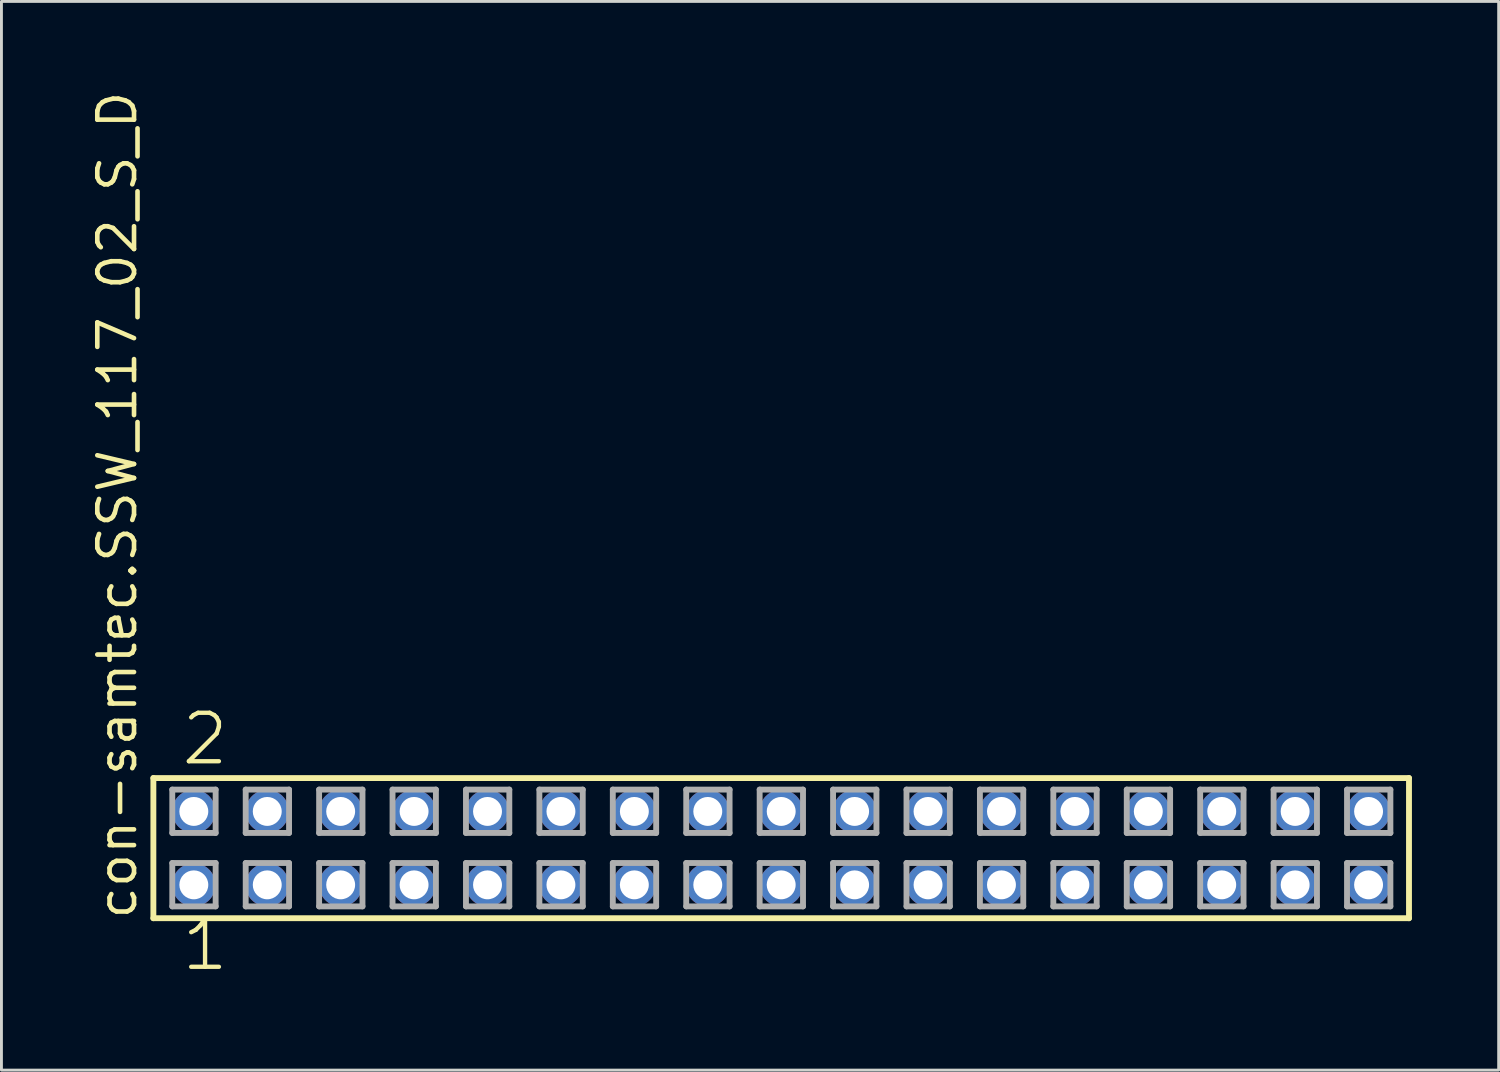
<source format=kicad_pcb>
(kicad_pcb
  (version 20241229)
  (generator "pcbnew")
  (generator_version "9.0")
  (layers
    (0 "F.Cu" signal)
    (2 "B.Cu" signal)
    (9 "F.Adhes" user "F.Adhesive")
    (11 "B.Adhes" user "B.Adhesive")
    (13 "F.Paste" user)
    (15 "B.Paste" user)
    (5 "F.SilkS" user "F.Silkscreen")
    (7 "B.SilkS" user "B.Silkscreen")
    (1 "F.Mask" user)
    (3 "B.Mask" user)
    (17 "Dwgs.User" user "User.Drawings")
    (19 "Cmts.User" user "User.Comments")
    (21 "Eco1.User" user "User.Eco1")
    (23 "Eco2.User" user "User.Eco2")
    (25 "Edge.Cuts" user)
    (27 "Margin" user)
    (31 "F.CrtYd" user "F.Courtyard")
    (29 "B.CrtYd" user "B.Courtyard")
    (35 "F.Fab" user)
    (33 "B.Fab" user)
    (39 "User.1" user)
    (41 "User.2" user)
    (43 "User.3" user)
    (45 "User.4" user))
  (footprint "con-samtec.SSW_117_02_S_D"
    (layer "F.Cu")
    (at 23.975 26.291)
    (property "Reference" "con-samtec.SSW_117_02_S_D" (at -22.225 2.54 90) (layer "F.SilkS") (effects (font (size 1.27 1.27) (thickness 0.16)) (justify left bottom)))
    (attr through_hole)
    (fp_line (start -21.719 -2.425) (end 21.719 -2.425) (stroke (width 0.203) (type default)) (layer "F.SilkS"))
    (fp_line (start -21.719 2.425) (end -21.719 -2.425) (stroke (width 0.203) (type default)) (layer "F.SilkS"))
    (fp_line (start 21.719 -2.425) (end 21.719 2.425) (stroke (width 0.203) (type default)) (layer "F.SilkS"))
    (fp_line (start 21.719 2.425) (end -21.719 2.425) (stroke (width 0.203) (type default)) (layer "F.SilkS"))
    (fp_line (start -21.065 -2.025) (end -19.565 -2.025) (stroke (width 0.203) (type default)) (layer "F.Fab"))
    (fp_line (start -21.065 -0.525) (end -21.065 -2.025) (stroke (width 0.203) (type default)) (layer "F.Fab"))
    (fp_line (start -21.065 0.515) (end -19.565 0.515) (stroke (width 0.203) (type default)) (layer "F.Fab"))
    (fp_line (start -21.065 2.015) (end -21.065 0.515) (stroke (width 0.203) (type default)) (layer "F.Fab"))
    (fp_line (start -19.565 -2.025) (end -19.565 -0.525) (stroke (width 0.203) (type default)) (layer "F.Fab"))
    (fp_line (start -19.565 -0.525) (end -21.065 -0.525) (stroke (width 0.203) (type default)) (layer "F.Fab"))
    (fp_line (start -19.565 0.515) (end -19.565 2.015) (stroke (width 0.203) (type default)) (layer "F.Fab"))
    (fp_line (start -19.565 2.015) (end -21.065 2.015) (stroke (width 0.203) (type default)) (layer "F.Fab"))
    (fp_line (start -18.525 -2.025) (end -17.025 -2.025) (stroke (width 0.203) (type default)) (layer "F.Fab"))
    (fp_line (start -18.525 -0.525) (end -18.525 -2.025) (stroke (width 0.203) (type default)) (layer "F.Fab"))
    (fp_line (start -18.525 0.515) (end -17.025 0.515) (stroke (width 0.203) (type default)) (layer "F.Fab"))
    (fp_line (start -18.525 2.015) (end -18.525 0.515) (stroke (width 0.203) (type default)) (layer "F.Fab"))
    (fp_line (start -17.025 -2.025) (end -17.025 -0.525) (stroke (width 0.203) (type default)) (layer "F.Fab"))
    (fp_line (start -17.025 -0.525) (end -18.525 -0.525) (stroke (width 0.203) (type default)) (layer "F.Fab"))
    (fp_line (start -17.025 0.515) (end -17.025 2.015) (stroke (width 0.203) (type default)) (layer "F.Fab"))
    (fp_line (start -17.025 2.015) (end -18.525 2.015) (stroke (width 0.203) (type default)) (layer "F.Fab"))
    (fp_line (start -15.985 -2.025) (end -14.485 -2.025) (stroke (width 0.203) (type default)) (layer "F.Fab"))
    (fp_line (start -15.985 -0.525) (end -15.985 -2.025) (stroke (width 0.203) (type default)) (layer "F.Fab"))
    (fp_line (start -15.985 0.515) (end -14.485 0.515) (stroke (width 0.203) (type default)) (layer "F.Fab"))
    (fp_line (start -15.985 2.015) (end -15.985 0.515) (stroke (width 0.203) (type default)) (layer "F.Fab"))
    (fp_line (start -14.485 -2.025) (end -14.485 -0.525) (stroke (width 0.203) (type default)) (layer "F.Fab"))
    (fp_line (start -14.485 -0.525) (end -15.985 -0.525) (stroke (width 0.203) (type default)) (layer "F.Fab"))
    (fp_line (start -14.485 0.515) (end -14.485 2.015) (stroke (width 0.203) (type default)) (layer "F.Fab"))
    (fp_line (start -14.485 2.015) (end -15.985 2.015) (stroke (width 0.203) (type default)) (layer "F.Fab"))
    (fp_line (start -13.445 -2.025) (end -11.945 -2.025) (stroke (width 0.203) (type default)) (layer "F.Fab"))
    (fp_line (start -13.445 -0.525) (end -13.445 -2.025) (stroke (width 0.203) (type default)) (layer "F.Fab"))
    (fp_line (start -13.445 0.515) (end -11.945 0.515) (stroke (width 0.203) (type default)) (layer "F.Fab"))
    (fp_line (start -13.445 2.015) (end -13.445 0.515) (stroke (width 0.203) (type default)) (layer "F.Fab"))
    (fp_line (start -11.945 -2.025) (end -11.945 -0.525) (stroke (width 0.203) (type default)) (layer "F.Fab"))
    (fp_line (start -11.945 -0.525) (end -13.445 -0.525) (stroke (width 0.203) (type default)) (layer "F.Fab"))
    (fp_line (start -11.945 0.515) (end -11.945 2.015) (stroke (width 0.203) (type default)) (layer "F.Fab"))
    (fp_line (start -11.945 2.015) (end -13.445 2.015) (stroke (width 0.203) (type default)) (layer "F.Fab"))
    (fp_line (start -10.905 -2.025) (end -9.405 -2.025) (stroke (width 0.203) (type default)) (layer "F.Fab"))
    (fp_line (start -10.905 -0.525) (end -10.905 -2.025) (stroke (width 0.203) (type default)) (layer "F.Fab"))
    (fp_line (start -10.905 0.515) (end -9.405 0.515) (stroke (width 0.203) (type default)) (layer "F.Fab"))
    (fp_line (start -10.905 2.015) (end -10.905 0.515) (stroke (width 0.203) (type default)) (layer "F.Fab"))
    (fp_line (start -9.405 -2.025) (end -9.405 -0.525) (stroke (width 0.203) (type default)) (layer "F.Fab"))
    (fp_line (start -9.405 -0.525) (end -10.905 -0.525) (stroke (width 0.203) (type default)) (layer "F.Fab"))
    (fp_line (start -9.405 0.515) (end -9.405 2.015) (stroke (width 0.203) (type default)) (layer "F.Fab"))
    (fp_line (start -9.405 2.015) (end -10.905 2.015) (stroke (width 0.203) (type default)) (layer "F.Fab"))
    (fp_line (start -8.365 -2.025) (end -6.865 -2.025) (stroke (width 0.203) (type default)) (layer "F.Fab"))
    (fp_line (start -8.365 -0.525) (end -8.365 -2.025) (stroke (width 0.203) (type default)) (layer "F.Fab"))
    (fp_line (start -8.365 0.515) (end -6.865 0.515) (stroke (width 0.203) (type default)) (layer "F.Fab"))
    (fp_line (start -8.365 2.015) (end -8.365 0.515) (stroke (width 0.203) (type default)) (layer "F.Fab"))
    (fp_line (start -6.865 -2.025) (end -6.865 -0.525) (stroke (width 0.203) (type default)) (layer "F.Fab"))
    (fp_line (start -6.865 -0.525) (end -8.365 -0.525) (stroke (width 0.203) (type default)) (layer "F.Fab"))
    (fp_line (start -6.865 0.515) (end -6.865 2.015) (stroke (width 0.203) (type default)) (layer "F.Fab"))
    (fp_line (start -6.865 2.015) (end -8.365 2.015) (stroke (width 0.203) (type default)) (layer "F.Fab"))
    (fp_line (start -5.825 -2.025) (end -4.325 -2.025) (stroke (width 0.203) (type default)) (layer "F.Fab"))
    (fp_line (start -5.825 -0.525) (end -5.825 -2.025) (stroke (width 0.203) (type default)) (layer "F.Fab"))
    (fp_line (start -5.825 0.515) (end -4.325 0.515) (stroke (width 0.203) (type default)) (layer "F.Fab"))
    (fp_line (start -5.825 2.015) (end -5.825 0.515) (stroke (width 0.203) (type default)) (layer "F.Fab"))
    (fp_line (start -4.325 -2.025) (end -4.325 -0.525) (stroke (width 0.203) (type default)) (layer "F.Fab"))
    (fp_line (start -4.325 -0.525) (end -5.825 -0.525) (stroke (width 0.203) (type default)) (layer "F.Fab"))
    (fp_line (start -4.325 0.515) (end -4.325 2.015) (stroke (width 0.203) (type default)) (layer "F.Fab"))
    (fp_line (start -4.325 2.015) (end -5.825 2.015) (stroke (width 0.203) (type default)) (layer "F.Fab"))
    (fp_line (start -3.285 -2.025) (end -1.785 -2.025) (stroke (width 0.203) (type default)) (layer "F.Fab"))
    (fp_line (start -3.285 -0.525) (end -3.285 -2.025) (stroke (width 0.203) (type default)) (layer "F.Fab"))
    (fp_line (start -3.285 0.515) (end -1.785 0.515) (stroke (width 0.203) (type default)) (layer "F.Fab"))
    (fp_line (start -3.285 2.015) (end -3.285 0.515) (stroke (width 0.203) (type default)) (layer "F.Fab"))
    (fp_line (start -1.785 -2.025) (end -1.785 -0.525) (stroke (width 0.203) (type default)) (layer "F.Fab"))
    (fp_line (start -1.785 -0.525) (end -3.285 -0.525) (stroke (width 0.203) (type default)) (layer "F.Fab"))
    (fp_line (start -1.785 0.515) (end -1.785 2.015) (stroke (width 0.203) (type default)) (layer "F.Fab"))
    (fp_line (start -1.785 2.015) (end -3.285 2.015) (stroke (width 0.203) (type default)) (layer "F.Fab"))
    (fp_line (start -0.745 -2.025) (end 0.755 -2.025) (stroke (width 0.203) (type default)) (layer "F.Fab"))
    (fp_line (start -0.745 -0.525) (end -0.745 -2.025) (stroke (width 0.203) (type default)) (layer "F.Fab"))
    (fp_line (start -0.745 0.515) (end 0.755 0.515) (stroke (width 0.203) (type default)) (layer "F.Fab"))
    (fp_line (start -0.745 2.015) (end -0.745 0.515) (stroke (width 0.203) (type default)) (layer "F.Fab"))
    (fp_line (start 0.755 -2.025) (end 0.755 -0.525) (stroke (width 0.203) (type default)) (layer "F.Fab"))
    (fp_line (start 0.755 -0.525) (end -0.745 -0.525) (stroke (width 0.203) (type default)) (layer "F.Fab"))
    (fp_line (start 0.755 0.515) (end 0.755 2.015) (stroke (width 0.203) (type default)) (layer "F.Fab"))
    (fp_line (start 0.755 2.015) (end -0.745 2.015) (stroke (width 0.203) (type default)) (layer "F.Fab"))
    (fp_line (start 1.795 -2.025) (end 3.295 -2.025) (stroke (width 0.203) (type default)) (layer "F.Fab"))
    (fp_line (start 1.795 -0.525) (end 1.795 -2.025) (stroke (width 0.203) (type default)) (layer "F.Fab"))
    (fp_line (start 1.795 0.515) (end 3.295 0.515) (stroke (width 0.203) (type default)) (layer "F.Fab"))
    (fp_line (start 1.795 2.015) (end 1.795 0.515) (stroke (width 0.203) (type default)) (layer "F.Fab"))
    (fp_line (start 3.295 -2.025) (end 3.295 -0.525) (stroke (width 0.203) (type default)) (layer "F.Fab"))
    (fp_line (start 3.295 -0.525) (end 1.795 -0.525) (stroke (width 0.203) (type default)) (layer "F.Fab"))
    (fp_line (start 3.295 0.515) (end 3.295 2.015) (stroke (width 0.203) (type default)) (layer "F.Fab"))
    (fp_line (start 3.295 2.015) (end 1.795 2.015) (stroke (width 0.203) (type default)) (layer "F.Fab"))
    (fp_line (start 4.335 -2.025) (end 5.835 -2.025) (stroke (width 0.203) (type default)) (layer "F.Fab"))
    (fp_line (start 4.335 -0.525) (end 4.335 -2.025) (stroke (width 0.203) (type default)) (layer "F.Fab"))
    (fp_line (start 4.335 0.515) (end 5.835 0.515) (stroke (width 0.203) (type default)) (layer "F.Fab"))
    (fp_line (start 4.335 2.015) (end 4.335 0.515) (stroke (width 0.203) (type default)) (layer "F.Fab"))
    (fp_line (start 5.835 -2.025) (end 5.835 -0.525) (stroke (width 0.203) (type default)) (layer "F.Fab"))
    (fp_line (start 5.835 -0.525) (end 4.335 -0.525) (stroke (width 0.203) (type default)) (layer "F.Fab"))
    (fp_line (start 5.835 0.515) (end 5.835 2.015) (stroke (width 0.203) (type default)) (layer "F.Fab"))
    (fp_line (start 5.835 2.015) (end 4.335 2.015) (stroke (width 0.203) (type default)) (layer "F.Fab"))
    (fp_line (start 6.875 -2.025) (end 8.375 -2.025) (stroke (width 0.203) (type default)) (layer "F.Fab"))
    (fp_line (start 6.875 -0.525) (end 6.875 -2.025) (stroke (width 0.203) (type default)) (layer "F.Fab"))
    (fp_line (start 6.875 0.515) (end 8.375 0.515) (stroke (width 0.203) (type default)) (layer "F.Fab"))
    (fp_line (start 6.875 2.015) (end 6.875 0.515) (stroke (width 0.203) (type default)) (layer "F.Fab"))
    (fp_line (start 8.375 -2.025) (end 8.375 -0.525) (stroke (width 0.203) (type default)) (layer "F.Fab"))
    (fp_line (start 8.375 -0.525) (end 6.875 -0.525) (stroke (width 0.203) (type default)) (layer "F.Fab"))
    (fp_line (start 8.375 0.515) (end 8.375 2.015) (stroke (width 0.203) (type default)) (layer "F.Fab"))
    (fp_line (start 8.375 2.015) (end 6.875 2.015) (stroke (width 0.203) (type default)) (layer "F.Fab"))
    (fp_line (start 9.415 -2.025) (end 10.915 -2.025) (stroke (width 0.203) (type default)) (layer "F.Fab"))
    (fp_line (start 9.415 -0.525) (end 9.415 -2.025) (stroke (width 0.203) (type default)) (layer "F.Fab"))
    (fp_line (start 9.415 0.515) (end 10.915 0.515) (stroke (width 0.203) (type default)) (layer "F.Fab"))
    (fp_line (start 9.415 2.015) (end 9.415 0.515) (stroke (width 0.203) (type default)) (layer "F.Fab"))
    (fp_line (start 10.915 -2.025) (end 10.915 -0.525) (stroke (width 0.203) (type default)) (layer "F.Fab"))
    (fp_line (start 10.915 -0.525) (end 9.415 -0.525) (stroke (width 0.203) (type default)) (layer "F.Fab"))
    (fp_line (start 10.915 0.515) (end 10.915 2.015) (stroke (width 0.203) (type default)) (layer "F.Fab"))
    (fp_line (start 10.915 2.015) (end 9.415 2.015) (stroke (width 0.203) (type default)) (layer "F.Fab"))
    (fp_line (start 11.955 -2.025) (end 13.455 -2.025) (stroke (width 0.203) (type default)) (layer "F.Fab"))
    (fp_line (start 11.955 -0.525) (end 11.955 -2.025) (stroke (width 0.203) (type default)) (layer "F.Fab"))
    (fp_line (start 11.955 0.515) (end 13.455 0.515) (stroke (width 0.203) (type default)) (layer "F.Fab"))
    (fp_line (start 11.955 2.015) (end 11.955 0.515) (stroke (width 0.203) (type default)) (layer "F.Fab"))
    (fp_line (start 13.455 -2.025) (end 13.455 -0.525) (stroke (width 0.203) (type default)) (layer "F.Fab"))
    (fp_line (start 13.455 -0.525) (end 11.955 -0.525) (stroke (width 0.203) (type default)) (layer "F.Fab"))
    (fp_line (start 13.455 0.515) (end 13.455 2.015) (stroke (width 0.203) (type default)) (layer "F.Fab"))
    (fp_line (start 13.455 2.015) (end 11.955 2.015) (stroke (width 0.203) (type default)) (layer "F.Fab"))
    (fp_line (start 14.495 -2.025) (end 15.995 -2.025) (stroke (width 0.203) (type default)) (layer "F.Fab"))
    (fp_line (start 14.495 -0.525) (end 14.495 -2.025) (stroke (width 0.203) (type default)) (layer "F.Fab"))
    (fp_line (start 14.495 0.515) (end 15.995 0.515) (stroke (width 0.203) (type default)) (layer "F.Fab"))
    (fp_line (start 14.495 2.015) (end 14.495 0.515) (stroke (width 0.203) (type default)) (layer "F.Fab"))
    (fp_line (start 15.995 -2.025) (end 15.995 -0.525) (stroke (width 0.203) (type default)) (layer "F.Fab"))
    (fp_line (start 15.995 -0.525) (end 14.495 -0.525) (stroke (width 0.203) (type default)) (layer "F.Fab"))
    (fp_line (start 15.995 0.515) (end 15.995 2.015) (stroke (width 0.203) (type default)) (layer "F.Fab"))
    (fp_line (start 15.995 2.015) (end 14.495 2.015) (stroke (width 0.203) (type default)) (layer "F.Fab"))
    (fp_line (start 17.035 -2.025) (end 18.535 -2.025) (stroke (width 0.203) (type default)) (layer "F.Fab"))
    (fp_line (start 17.035 -0.525) (end 17.035 -2.025) (stroke (width 0.203) (type default)) (layer "F.Fab"))
    (fp_line (start 17.035 0.515) (end 18.535 0.515) (stroke (width 0.203) (type default)) (layer "F.Fab"))
    (fp_line (start 17.035 2.015) (end 17.035 0.515) (stroke (width 0.203) (type default)) (layer "F.Fab"))
    (fp_line (start 18.535 -2.025) (end 18.535 -0.525) (stroke (width 0.203) (type default)) (layer "F.Fab"))
    (fp_line (start 18.535 -0.525) (end 17.035 -0.525) (stroke (width 0.203) (type default)) (layer "F.Fab"))
    (fp_line (start 18.535 0.515) (end 18.535 2.015) (stroke (width 0.203) (type default)) (layer "F.Fab"))
    (fp_line (start 18.535 2.015) (end 17.035 2.015) (stroke (width 0.203) (type default)) (layer "F.Fab"))
    (fp_line (start 19.575 -2.025) (end 21.075 -2.025) (stroke (width 0.203) (type default)) (layer "F.Fab"))
    (fp_line (start 19.575 -0.525) (end 19.575 -2.025) (stroke (width 0.203) (type default)) (layer "F.Fab"))
    (fp_line (start 19.575 0.515) (end 21.075 0.515) (stroke (width 0.203) (type default)) (layer "F.Fab"))
    (fp_line (start 19.575 2.015) (end 19.575 0.515) (stroke (width 0.203) (type default)) (layer "F.Fab"))
    (fp_line (start 21.075 -2.025) (end 21.075 -0.525) (stroke (width 0.203) (type default)) (layer "F.Fab"))
    (fp_line (start 21.075 -0.525) (end 19.575 -0.525) (stroke (width 0.203) (type default)) (layer "F.Fab"))
    (fp_line (start 21.075 0.515) (end 21.075 2.015) (stroke (width 0.203) (type default)) (layer "F.Fab"))
    (fp_line (start 21.075 2.015) (end 19.575 2.015) (stroke (width 0.203) (type default)) (layer "F.Fab"))
    (fp_text user "1" (at -20.828 4.318 0) (layer "F.SilkS") (effects (font (size 1.676 1.676) (thickness 0.15)) (justify left bottom)))
    (fp_text user "2" (at -20.828 -2.794 0) (layer "F.SilkS") (effects (font (size 1.676 1.676) (thickness 0.15)) (justify left bottom)))
    (pad "1" thru_hole circle (at -20.32 1.27) (size 1.5 1.5) (drill 1) (layers "*.Cu" "*.Mask"))
    (pad "2" thru_hole circle (at -20.32 -1.27) (size 1.5 1.5) (drill 1) (layers "*.Cu" "*.Mask"))
    (pad "3" thru_hole circle (at -17.78 1.27) (size 1.5 1.5) (drill 1) (layers "*.Cu" "*.Mask"))
    (pad "4" thru_hole circle (at -17.78 -1.27) (size 1.5 1.5) (drill 1) (layers "*.Cu" "*.Mask"))
    (pad "5" thru_hole circle (at -15.24 1.27) (size 1.5 1.5) (drill 1) (layers "*.Cu" "*.Mask"))
    (pad "6" thru_hole circle (at -15.24 -1.27) (size 1.5 1.5) (drill 1) (layers "*.Cu" "*.Mask"))
    (pad "7" thru_hole circle (at -12.7 1.27) (size 1.5 1.5) (drill 1) (layers "*.Cu" "*.Mask"))
    (pad "8" thru_hole circle (at -12.7 -1.27) (size 1.5 1.5) (drill 1) (layers "*.Cu" "*.Mask"))
    (pad "9" thru_hole circle (at -10.16 1.27) (size 1.5 1.5) (drill 1) (layers "*.Cu" "*.Mask"))
    (pad "10" thru_hole circle (at -10.16 -1.27) (size 1.5 1.5) (drill 1) (layers "*.Cu" "*.Mask"))
    (pad "11" thru_hole circle (at -7.62 1.27) (size 1.5 1.5) (drill 1) (layers "*.Cu" "*.Mask"))
    (pad "12" thru_hole circle (at -7.62 -1.27) (size 1.5 1.5) (drill 1) (layers "*.Cu" "*.Mask"))
    (pad "13" thru_hole circle (at -5.08 1.27) (size 1.5 1.5) (drill 1) (layers "*.Cu" "*.Mask"))
    (pad "14" thru_hole circle (at -5.08 -1.27) (size 1.5 1.5) (drill 1) (layers "*.Cu" "*.Mask"))
    (pad "15" thru_hole circle (at -2.54 1.27) (size 1.5 1.5) (drill 1) (layers "*.Cu" "*.Mask"))
    (pad "16" thru_hole circle (at -2.54 -1.27) (size 1.5 1.5) (drill 1) (layers "*.Cu" "*.Mask"))
    (pad "17" thru_hole circle (at 0 1.27) (size 1.5 1.5) (drill 1) (layers "*.Cu" "*.Mask"))
    (pad "18" thru_hole circle (at 0 -1.27) (size 1.5 1.5) (drill 1) (layers "*.Cu" "*.Mask"))
    (pad "19" thru_hole circle (at 2.54 1.27) (size 1.5 1.5) (drill 1) (layers "*.Cu" "*.Mask"))
    (pad "20" thru_hole circle (at 2.54 -1.27) (size 1.5 1.5) (drill 1) (layers "*.Cu" "*.Mask"))
    (pad "21" thru_hole circle (at 5.08 1.27) (size 1.5 1.5) (drill 1) (layers "*.Cu" "*.Mask"))
    (pad "22" thru_hole circle (at 5.08 -1.27) (size 1.5 1.5) (drill 1) (layers "*.Cu" "*.Mask"))
    (pad "23" thru_hole circle (at 7.62 1.27) (size 1.5 1.5) (drill 1) (layers "*.Cu" "*.Mask"))
    (pad "24" thru_hole circle (at 7.62 -1.27) (size 1.5 1.5) (drill 1) (layers "*.Cu" "*.Mask"))
    (pad "25" thru_hole circle (at 10.16 1.27) (size 1.5 1.5) (drill 1) (layers "*.Cu" "*.Mask"))
    (pad "26" thru_hole circle (at 10.16 -1.27) (size 1.5 1.5) (drill 1) (layers "*.Cu" "*.Mask"))
    (pad "27" thru_hole circle (at 12.7 1.27) (size 1.5 1.5) (drill 1) (layers "*.Cu" "*.Mask"))
    (pad "28" thru_hole circle (at 12.7 -1.27) (size 1.5 1.5) (drill 1) (layers "*.Cu" "*.Mask"))
    (pad "29" thru_hole circle (at 15.24 1.27) (size 1.5 1.5) (drill 1) (layers "*.Cu" "*.Mask"))
    (pad "30" thru_hole circle (at 15.24 -1.27) (size 1.5 1.5) (drill 1) (layers "*.Cu" "*.Mask"))
    (pad "31" thru_hole circle (at 17.78 1.27) (size 1.5 1.5) (drill 1) (layers "*.Cu" "*.Mask"))
    (pad "32" thru_hole circle (at 17.78 -1.27) (size 1.5 1.5) (drill 1) (layers "*.Cu" "*.Mask"))
    (pad "33" thru_hole circle (at 20.32 1.27) (size 1.5 1.5) (drill 1) (layers "*.Cu" "*.Mask"))
    (pad "34" thru_hole circle (at 20.32 -1.27) (size 1.5 1.5) (drill 1) (layers "*.Cu" "*.Mask")))
  (gr_rect
    (start -3 -3)
    (end 48.796 33.971)
    (stroke (width 0.1) (type default))
    (fill no)
    (layer "Edge.Cuts")))
</source>
